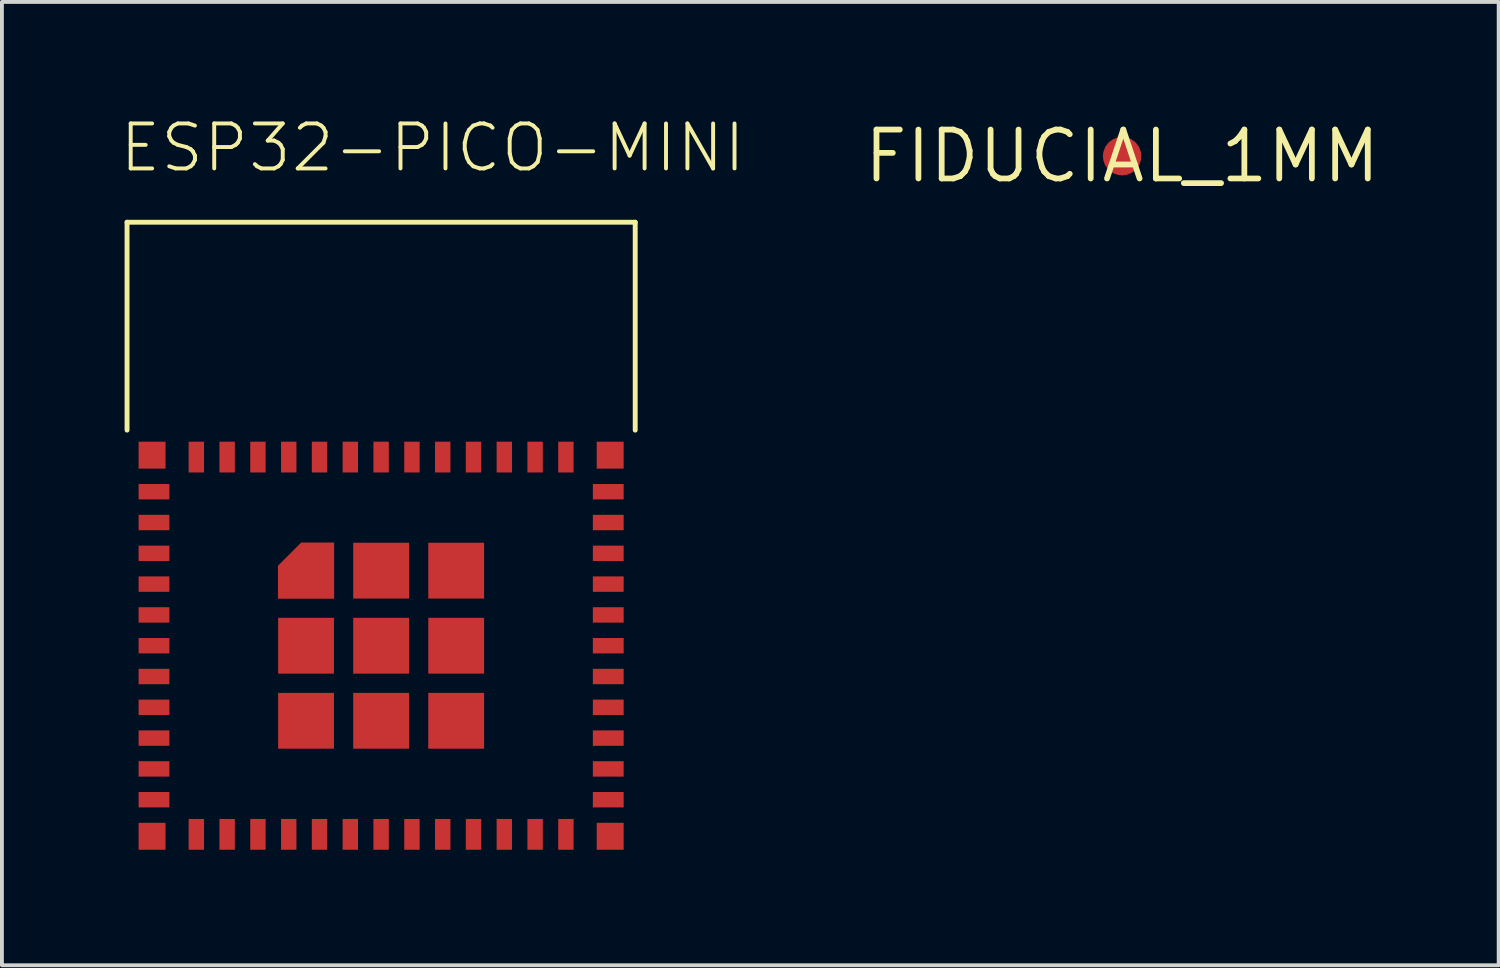
<source format=kicad_pcb>
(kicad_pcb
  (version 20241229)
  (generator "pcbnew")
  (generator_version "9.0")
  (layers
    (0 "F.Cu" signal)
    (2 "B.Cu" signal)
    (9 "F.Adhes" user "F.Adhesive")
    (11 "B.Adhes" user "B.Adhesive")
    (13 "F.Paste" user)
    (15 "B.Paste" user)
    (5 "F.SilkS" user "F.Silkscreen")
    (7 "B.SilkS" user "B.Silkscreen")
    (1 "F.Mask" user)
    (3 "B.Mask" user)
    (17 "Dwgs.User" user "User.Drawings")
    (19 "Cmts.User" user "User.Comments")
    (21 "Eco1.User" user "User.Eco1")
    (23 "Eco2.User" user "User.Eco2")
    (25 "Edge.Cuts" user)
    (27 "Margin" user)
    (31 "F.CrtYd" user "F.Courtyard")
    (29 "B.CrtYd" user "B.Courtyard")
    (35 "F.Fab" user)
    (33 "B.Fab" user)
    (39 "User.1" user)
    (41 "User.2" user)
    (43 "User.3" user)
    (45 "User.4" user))
  (footprint "ESP32-PICO-MINI"
    (layer "F.Cu")
    (at 6.85 13.723)
    (property "Reference" "ESP32-PICO-MINI" (at -6.85 -12.25 0) (layer "F.SilkS") (effects (font (size 1.168 1.168) (thickness 0.102)) (justify left bottom)))
    (fp_poly (pts (xy -1.22 -1.22) (xy -2.68 -1.22) (xy -2.68 -2.077) (xy -2.077 -2.68) (xy -1.22 -2.68)) (stroke (width 0) (type solid)) (fill yes) (layer "F.Cu"))
    (fp_line (start -6.6 -11) (end 6.6 -11) (stroke (width 0.127) (type solid)) (layer "F.SilkS"))
    (fp_line (start -6.6 -5.6) (end -6.6 -11) (stroke (width 0.127) (type solid)) (layer "F.SilkS"))
    (fp_line (start 6.6 -11) (end 6.6 -5.6) (stroke (width 0.127) (type solid)) (layer "F.SilkS"))
    (pad "1" smd rect (at -5.9 -4) (size 0.8 0.4) (layers "F.Cu" "F.Mask" "F.Paste"))
    (pad "2" smd rect (at -5.9 -3.2) (size 0.8 0.4) (layers "F.Cu" "F.Mask" "F.Paste"))
    (pad "3" smd rect (at -5.9 -2.4) (size 0.8 0.4) (layers "F.Cu" "F.Mask" "F.Paste"))
    (pad "4" smd rect (at -5.9 -1.6) (size 0.8 0.4) (layers "F.Cu" "F.Mask" "F.Paste"))
    (pad "5" smd rect (at -5.9 -0.8) (size 0.8 0.4) (layers "F.Cu" "F.Mask" "F.Paste"))
    (pad "6" smd rect (at -5.9 0) (size 0.8 0.4) (layers "F.Cu" "F.Mask" "F.Paste"))
    (pad "7" smd rect (at -5.9 0.8) (size 0.8 0.4) (layers "F.Cu" "F.Mask" "F.Paste"))
    (pad "8" smd rect (at -5.9 1.6) (size 0.8 0.4) (layers "F.Cu" "F.Mask" "F.Paste"))
    (pad "9" smd rect (at -5.9 2.4) (size 0.8 0.4) (layers "F.Cu" "F.Mask" "F.Paste"))
    (pad "10" smd rect (at -5.9 3.2) (size 0.8 0.4) (layers "F.Cu" "F.Mask" "F.Paste"))
    (pad "11" smd rect (at -5.9 4) (size 0.8 0.4) (layers "F.Cu" "F.Mask" "F.Paste"))
    (pad "12" smd rect (at -4.8 4.9) (size 0.4 0.8) (layers "F.Cu" "F.Mask" "F.Paste"))
    (pad "13" smd rect (at -4 4.9) (size 0.4 0.8) (layers "F.Cu" "F.Mask" "F.Paste"))
    (pad "14" smd rect (at -3.2 4.9) (size 0.4 0.8) (layers "F.Cu" "F.Mask" "F.Paste"))
    (pad "15" smd rect (at -2.4 4.9) (size 0.4 0.8) (layers "F.Cu" "F.Mask" "F.Paste"))
    (pad "16" smd rect (at -1.6 4.9) (size 0.4 0.8) (layers "F.Cu" "F.Mask" "F.Paste"))
    (pad "17" smd rect (at -0.8 4.9) (size 0.4 0.8) (layers "F.Cu" "F.Mask" "F.Paste"))
    (pad "18" smd rect (at 0 4.9) (size 0.4 0.8) (layers "F.Cu" "F.Mask" "F.Paste"))
    (pad "19" smd rect (at 0.8 4.9) (size 0.4 0.8) (layers "F.Cu" "F.Mask" "F.Paste"))
    (pad "20" smd rect (at 1.6 4.9) (size 0.4 0.8) (layers "F.Cu" "F.Mask" "F.Paste"))
    (pad "21" smd rect (at 2.4 4.9) (size 0.4 0.8) (layers "F.Cu" "F.Mask" "F.Paste"))
    (pad "22" smd rect (at 3.2 4.9) (size 0.4 0.8) (layers "F.Cu" "F.Mask" "F.Paste"))
    (pad "23" smd rect (at 4 4.9) (size 0.4 0.8) (layers "F.Cu" "F.Mask" "F.Paste"))
    (pad "24" smd rect (at 4.8 4.9) (size 0.4 0.8) (layers "F.Cu" "F.Mask" "F.Paste"))
    (pad "25" smd rect (at 5.9 4) (size 0.8 0.4) (layers "F.Cu" "F.Mask" "F.Paste"))
    (pad "26" smd rect (at 5.9 3.2) (size 0.8 0.4) (layers "F.Cu" "F.Mask" "F.Paste"))
    (pad "27" smd rect (at 5.9 2.4) (size 0.8 0.4) (layers "F.Cu" "F.Mask" "F.Paste"))
    (pad "28" smd rect (at 5.9 1.6) (size 0.8 0.4) (layers "F.Cu" "F.Mask" "F.Paste"))
    (pad "29" smd rect (at 5.9 0.8) (size 0.8 0.4) (layers "F.Cu" "F.Mask" "F.Paste"))
    (pad "30" smd rect (at 5.9 0) (size 0.8 0.4) (layers "F.Cu" "F.Mask" "F.Paste"))
    (pad "31" smd rect (at 5.9 -0.8) (size 0.8 0.4) (layers "F.Cu" "F.Mask" "F.Paste"))
    (pad "32" smd rect (at 5.9 -1.6) (size 0.8 0.4) (layers "F.Cu" "F.Mask" "F.Paste"))
    (pad "33" smd rect (at 5.9 -2.4) (size 0.8 0.4) (layers "F.Cu" "F.Mask" "F.Paste"))
    (pad "34" smd rect (at 5.9 -3.2) (size 0.8 0.4) (layers "F.Cu" "F.Mask" "F.Paste"))
    (pad "35" smd rect (at 5.9 -4) (size 0.8 0.4) (layers "F.Cu" "F.Mask" "F.Paste"))
    (pad "36" smd rect (at 4.8 -4.9) (size 0.4 0.8) (layers "F.Cu" "F.Mask" "F.Paste"))
    (pad "37" smd rect (at 4 -4.9) (size 0.4 0.8) (layers "F.Cu" "F.Mask" "F.Paste"))
    (pad "38" smd rect (at 3.2 -4.9) (size 0.4 0.8) (layers "F.Cu" "F.Mask" "F.Paste"))
    (pad "39" smd rect (at 2.4 -4.9) (size 0.4 0.8) (layers "F.Cu" "F.Mask" "F.Paste"))
    (pad "40" smd rect (at 1.6 -4.9) (size 0.4 0.8) (layers "F.Cu" "F.Mask" "F.Paste"))
    (pad "41" smd rect (at 0.8 -4.9) (size 0.4 0.8) (layers "F.Cu" "F.Mask" "F.Paste"))
    (pad "42" smd rect (at 0 -4.9) (size 0.4 0.8) (layers "F.Cu" "F.Mask" "F.Paste"))
    (pad "43" smd rect (at -0.8 -4.9) (size 0.4 0.8) (layers "F.Cu" "F.Mask" "F.Paste"))
    (pad "44" smd rect (at -1.6 -4.9) (size 0.4 0.8) (layers "F.Cu" "F.Mask" "F.Paste"))
    (pad "45" smd rect (at -2.4 -4.9) (size 0.4 0.8) (layers "F.Cu" "F.Mask" "F.Paste"))
    (pad "46" smd rect (at -3.2 -4.9) (size 0.4 0.8) (layers "F.Cu" "F.Mask" "F.Paste"))
    (pad "47" smd rect (at -4 -4.9) (size 0.4 0.8) (layers "F.Cu" "F.Mask" "F.Paste"))
    (pad "48" smd rect (at -4.8 -4.9) (size 0.4 0.8) (layers "F.Cu" "F.Mask" "F.Paste"))
    (pad "49" smd rect (at 0 0) (size 1.45 1.45) (layers "F.Cu" "F.Mask" "F.Paste"))
    (pad "50" smd rect (at 5.95 -4.95) (size 0.7 0.7) (layers "F.Cu" "F.Mask" "F.Paste"))
    (pad "51" smd rect (at 5.95 4.95) (size 0.7 0.7) (layers "F.Cu" "F.Mask" "F.Paste"))
    (pad "52" smd rect (at -5.95 4.95) (size 0.7 0.7) (layers "F.Cu" "F.Mask" "F.Paste"))
    (pad "53" smd rect (at -5.95 -4.95) (size 0.7 0.7) (layers "F.Cu" "F.Mask" "F.Paste"))
    (pad "54" smd rect (at -1.95 0) (size 1.45 1.45) (layers "F.Cu" "F.Mask" "F.Paste"))
    (pad "55" smd rect (at -1.95 1.95) (size 1.45 1.45) (layers "F.Cu" "F.Mask" "F.Paste"))
    (pad "56" smd rect (at 0 1.95) (size 1.45 1.45) (layers "F.Cu" "F.Mask" "F.Paste"))
    (pad "57" smd rect (at 1.95 1.95) (size 1.45 1.45) (layers "F.Cu" "F.Mask" "F.Paste"))
    (pad "58" smd rect (at 1.95 0) (size 1.45 1.45) (layers "F.Cu" "F.Mask" "F.Paste"))
    (pad "59" smd rect (at 1.95 -1.95) (size 1.45 1.45) (layers "F.Cu" "F.Mask" "F.Paste"))
    (pad "60" smd rect (at 0 -1.95) (size 1.45 1.45) (layers "F.Cu" "F.Mask" "F.Paste"))
    (pad "61" smd rect (at -1.95 -1.95) (size 0.5 0.5) (layers "F.Cu"))
    (zone (net_name "") (layer "F.Cu") (hatch edge 0.508) (connect_pads) (min_thickness 0.254) (filled_areas_thickness no) (keepout (tracks not_allowed) (vias not_allowed) (pads not_allowed) (copperpour not_allowed) (footprints allowed)) (placement (enabled no)) (fill) (polygon (pts (xy 0.25 8.123) (xy 13.45 8.123) (xy 13.45 2.723) (xy 0.25 2.723))))
    (zone (net_name "") (layers "F.Cu" "B.Cu") (hatch edge 0.508) (connect_pads) (min_thickness 0.254) (filled_areas_thickness no) (keepout (tracks allowed) (vias not_allowed) (pads allowed) (copperpour allowed) (footprints allowed)) (placement (enabled no)) (fill) (polygon (pts (xy 0.25 8.123) (xy 13.45 8.123) (xy 13.45 2.723) (xy 0.25 2.723))))
    (zone (net_name "") (layer "B.Cu") (hatch edge 0.508) (connect_pads) (min_thickness 0.254) (filled_areas_thickness no) (keepout (tracks not_allowed) (vias not_allowed) (pads not_allowed) (copperpour not_allowed) (footprints allowed)) (placement (enabled no)) (fill) (polygon (pts (xy 0.25 8.123) (xy 13.45 8.123) (xy 13.45 2.723) (xy 0.25 2.723)))))
  (footprint "FIDUCIAL_1MM"
    (layer "F.Cu")
    (at 26.098 1.006)
    (property "Reference" "FIDUCIAL_1MM" (at 0 0 0) (layer "F.SilkS") (effects (font (size 1.27 1.27) (thickness 0.15))))
    (pad "1" smd roundrect (at 0 0) (size 1 1) (layers "F.Cu" "F.Mask") (roundrect_rratio 0.5)))
  (gr_rect
    (start -3 -3)
    (end 35.879 22.023)
    (stroke (width 0.1) (type default))
    (fill no)
    (layer "Edge.Cuts")))
</source>
